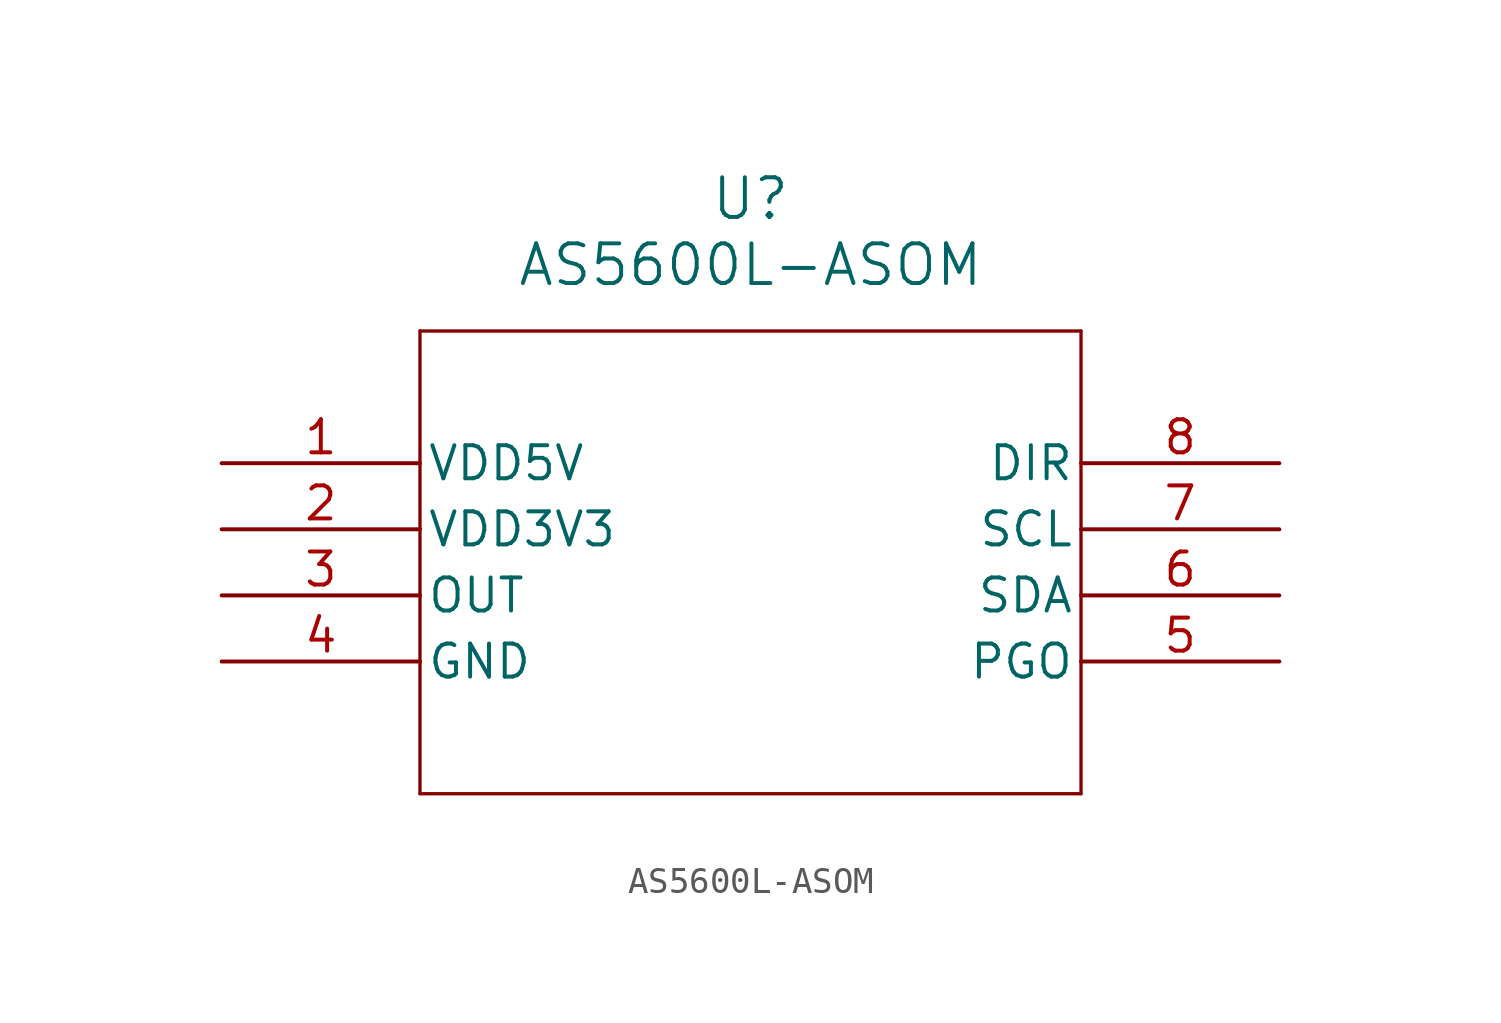
<source format=kicad_sym>
(kicad_symbol_lib
  (version 20241209)
  (generator "kicad_symbol_editor")
  (generator_version "9.0")
  (symbol "AS5600L-ASOM"
    (pin_names
      (offset 0.254))
    (property "Reference" "U"
      (at 20.32 10.16 0)
      (effects (font (size 1.524 1.524))))
    (property "Value" "AS5600L-ASOM"
      (at 20.32 7.62 0)
      (effects (font (size 1.524 1.524))))
    (symbol "AS5600L-ASOM_0_1"
      (polyline (pts (xy 7.62 5.08) (xy 7.62 -12.7)) (stroke (width 0.127) (type default)) (fill (type none)))
      (polyline (pts (xy 7.62 -12.7) (xy 33.02 -12.7)) (stroke (width 0.127) (type default)) (fill (type none)))
      (polyline (pts (xy 33.02 5.08) (xy 7.62 5.08)) (stroke (width 0.127) (type default)) (fill (type none)))
      (polyline (pts (xy 33.02 -12.7) (xy 33.02 5.08)) (stroke (width 0.127) (type default)) (fill (type none)))
      (pin unspecified line (at 0 0 0) (length 7.62) (name "VDD5V" (effects (font (size 1.27 1.27)))) (number "1" (effects (font (size 1.27 1.27)))))
      (pin unspecified line (at 0 -2.54 0) (length 7.62) (name "VDD3V3" (effects (font (size 1.27 1.27)))) (number "2" (effects (font (size 1.27 1.27)))))
      (pin unspecified line (at 0 -5.08 0) (length 7.62) (name "OUT" (effects (font (size 1.27 1.27)))) (number "3" (effects (font (size 1.27 1.27)))))
      (pin unspecified line (at 0 -7.62 0) (length 7.62) (name "GND" (effects (font (size 1.27 1.27)))) (number "4" (effects (font (size 1.27 1.27)))))
      (pin unspecified line (at 40.64 0 180) (length 7.62) (name "DIR" (effects (font (size 1.27 1.27)))) (number "8" (effects (font (size 1.27 1.27)))))
      (pin unspecified line (at 40.64 -2.54 180) (length 7.62) (name "SCL" (effects (font (size 1.27 1.27)))) (number "7" (effects (font (size 1.27 1.27)))))
      (pin unspecified line (at 40.64 -5.08 180) (length 7.62) (name "SDA" (effects (font (size 1.27 1.27)))) (number "6" (effects (font (size 1.27 1.27)))))
      (pin unspecified line (at 40.64 -7.62 180) (length 7.62) (name "PGO" (effects (font (size 1.27 1.27)))) (number "5" (effects (font (size 1.27 1.27))))))))
</source>
